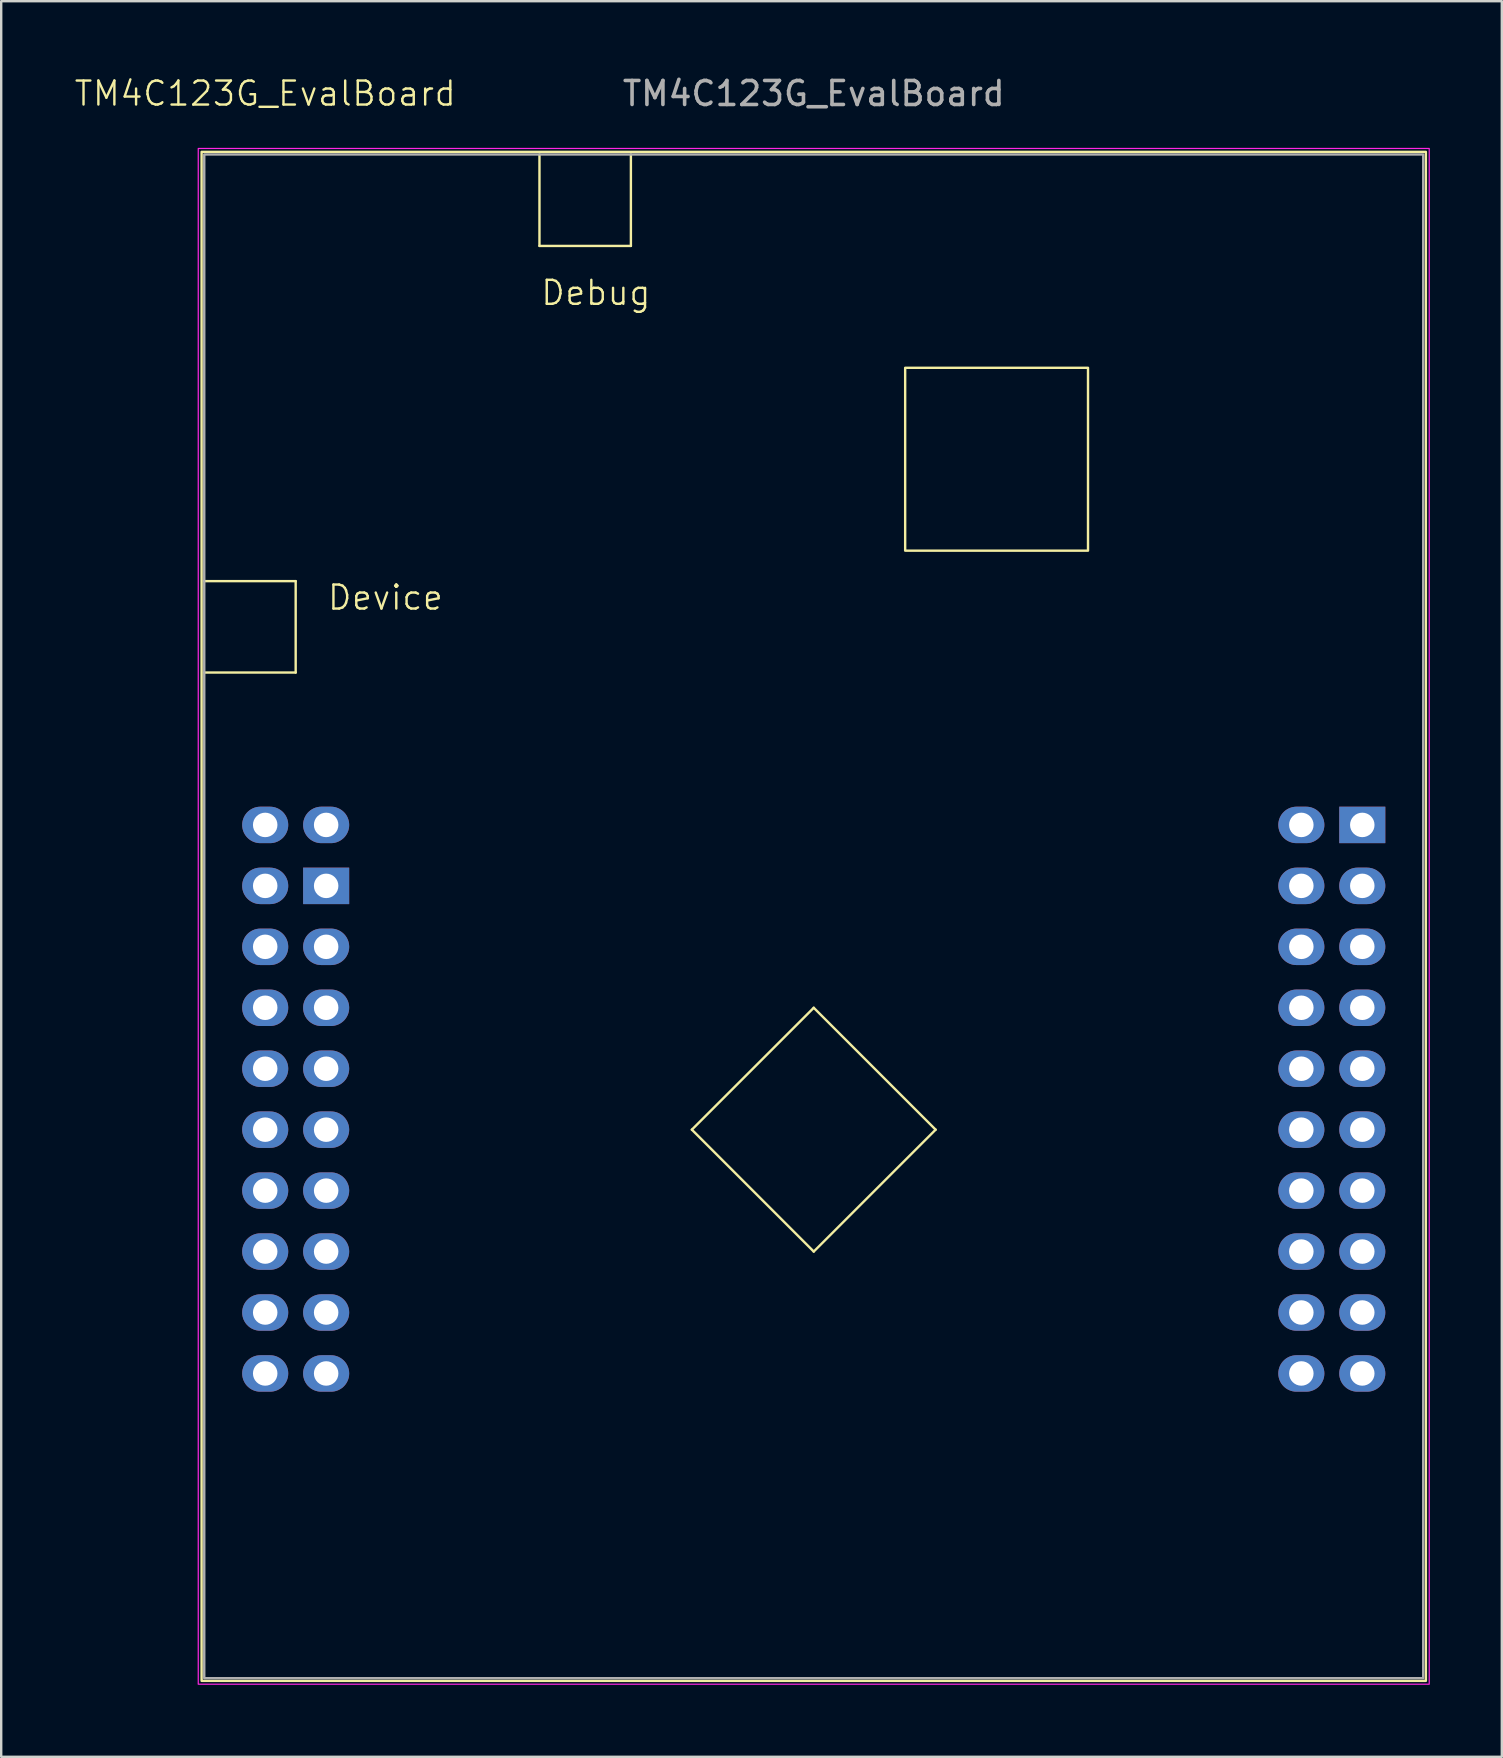
<source format=kicad_pcb>
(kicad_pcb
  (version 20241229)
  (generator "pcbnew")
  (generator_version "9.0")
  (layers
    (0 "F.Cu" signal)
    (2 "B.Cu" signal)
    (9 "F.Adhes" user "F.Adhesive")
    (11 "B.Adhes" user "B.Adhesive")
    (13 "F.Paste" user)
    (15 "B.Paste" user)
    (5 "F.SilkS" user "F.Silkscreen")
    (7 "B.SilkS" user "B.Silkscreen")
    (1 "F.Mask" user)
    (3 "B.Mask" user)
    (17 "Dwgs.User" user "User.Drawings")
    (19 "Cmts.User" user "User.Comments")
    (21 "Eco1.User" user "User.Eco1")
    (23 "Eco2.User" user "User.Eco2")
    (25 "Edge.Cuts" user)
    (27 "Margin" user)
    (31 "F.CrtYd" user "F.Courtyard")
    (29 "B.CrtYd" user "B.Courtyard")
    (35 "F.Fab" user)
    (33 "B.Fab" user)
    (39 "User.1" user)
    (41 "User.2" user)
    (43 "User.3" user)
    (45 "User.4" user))
  (footprint "TM4C123G_EvalBoard"
    (layer "F.Cu")
    (at 30.862 44.028)
    (property "Reference" "TM4C123G_EvalBoard" (at -22.86 -43.18 0) (unlocked yes) (layer "F.SilkS") (effects (font (size 1 1) (thickness 0.1))))
    (attr through_hole)
    (fp_line (start -25.4 -22.86) (end -21.59 -22.86) (stroke (width 0.1) (type default)) (layer "F.SilkS"))
    (fp_line (start -21.59 -22.86) (end -21.59 -19.05) (stroke (width 0.1) (type default)) (layer "F.SilkS"))
    (fp_line (start -21.59 -19.05) (end -25.4 -19.05) (stroke (width 0.1) (type default)) (layer "F.SilkS"))
    (fp_line (start -11.43 -40.64) (end -11.43 -36.83) (stroke (width 0.1) (type default)) (layer "F.SilkS"))
    (fp_line (start -11.43 -36.83) (end -7.62 -36.83) (stroke (width 0.1) (type default)) (layer "F.SilkS"))
    (fp_line (start -7.62 -36.83) (end -7.62 -40.64) (stroke (width 0.1) (type default)) (layer "F.SilkS"))
    (fp_line (start -5.08 0) (end 0 5.08) (stroke (width 0.1) (type default)) (layer "F.SilkS"))
    (fp_line (start 0 -5.08) (end -5.08 0) (stroke (width 0.1) (type default)) (layer "F.SilkS"))
    (fp_line (start 0 5.08) (end 5.08 0) (stroke (width 0.1) (type default)) (layer "F.SilkS"))
    (fp_line (start 5.08 0) (end 0 -5.08) (stroke (width 0.1) (type default)) (layer "F.SilkS"))
    (fp_rect (start -25.51 -40.75) (end 25.51 22.97) (stroke (width 0.1) (type default)) (fill no) (layer "F.SilkS"))
    (fp_rect (start 3.81 -31.75) (end 11.43 -24.13) (stroke (width 0.1) (type default)) (fill no) (layer "F.SilkS"))
    (fp_rect (start -25.65 -40.89) (end 25.65 23.11) (stroke (width 0.05) (type default)) (fill no) (layer "F.CrtYd"))
    (fp_rect (start -25.4 -40.64) (end 25.4 22.86) (stroke (width 0.1) (type default)) (fill no) (layer "F.Fab"))
    (fp_text user "Debug" (at -11.43 -34.29 0) (unlocked yes) (layer "F.SilkS") (effects (font (size 1 1) (thickness 0.1)) (justify left bottom)))
    (fp_text user "Device" (at -20.32 -21.59 0) (unlocked yes) (layer "F.SilkS") (effects (font (size 1 1) (thickness 0.1)) (justify left bottom)))
    (fp_text user "${REFERENCE}" (at 0 -43.18 0) (unlocked yes) (layer "F.Fab") (effects (font (size 1 1) (thickness 0.15))))
    (pad "1" thru_hole oval (at -22.86 -12.7) (size 1.92 1.52) (drill 1.02) (layers "*.Cu" "*.Mask"))
    (pad "2" thru_hole oval (at -22.86 -10.16) (size 1.92 1.52) (drill 1.02) (layers "*.Cu" "*.Mask"))
    (pad "3" thru_hole oval (at -22.86 -7.62) (size 1.92 1.52) (drill 1.02) (layers "*.Cu" "*.Mask"))
    (pad "4" thru_hole oval (at -22.86 -5.08) (size 1.92 1.52) (drill 1.02) (layers "*.Cu" "*.Mask"))
    (pad "5" thru_hole oval (at -22.86 -2.54) (size 1.92 1.52) (drill 1.02) (layers "*.Cu" "*.Mask"))
    (pad "6" thru_hole oval (at -22.86 0) (size 1.92 1.52) (drill 1.02) (layers "*.Cu" "*.Mask"))
    (pad "7" thru_hole oval (at -22.86 2.54) (size 1.92 1.52) (drill 1.02) (layers "*.Cu" "*.Mask"))
    (pad "8" thru_hole oval (at -22.86 5.08) (size 1.92 1.52) (drill 1.02) (layers "*.Cu" "*.Mask"))
    (pad "9" thru_hole oval (at -22.86 7.62) (size 1.92 1.52) (drill 1.02) (layers "*.Cu" "*.Mask"))
    (pad "10" thru_hole oval (at -22.86 10.16) (size 1.92 1.52) (drill 1.02) (layers "*.Cu" "*.Mask"))
    (pad "11" thru_hole oval (at -20.32 -12.7) (size 1.92 1.52) (drill 1.02) (layers "*.Cu" "*.Mask"))
    (pad "12" thru_hole rect (at -20.32 -10.16) (size 1.92 1.52) (drill 1.02) (layers "*.Cu" "*.Mask"))
    (pad "13" thru_hole oval (at -20.32 -7.62) (size 1.92 1.52) (drill 1.02) (layers "*.Cu" "*.Mask"))
    (pad "14" thru_hole oval (at -20.32 -5.08) (size 1.92 1.52) (drill 1.02) (layers "*.Cu" "*.Mask"))
    (pad "15" thru_hole oval (at -20.32 -2.54) (size 1.92 1.52) (drill 1.02) (layers "*.Cu" "*.Mask"))
    (pad "16" thru_hole oval (at -20.32 0) (size 1.92 1.52) (drill 1.02) (layers "*.Cu" "*.Mask"))
    (pad "17" thru_hole oval (at -20.32 2.54) (size 1.92 1.52) (drill 1.02) (layers "*.Cu" "*.Mask"))
    (pad "18" thru_hole oval (at -20.32 5.08) (size 1.92 1.52) (drill 1.02) (layers "*.Cu" "*.Mask"))
    (pad "19" thru_hole oval (at -20.32 7.62) (size 1.92 1.52) (drill 1.02) (layers "*.Cu" "*.Mask"))
    (pad "20" thru_hole oval (at -20.32 10.16) (size 1.92 1.52) (drill 1.02) (layers "*.Cu" "*.Mask"))
    (pad "21" thru_hole oval (at 20.32 -12.7) (size 1.92 1.52) (drill 1.02) (layers "*.Cu" "*.Mask"))
    (pad "22" thru_hole oval (at 20.32 -10.16) (size 1.92 1.52) (drill 1.02) (layers "*.Cu" "*.Mask"))
    (pad "23" thru_hole oval (at 20.32 -7.62) (size 1.92 1.52) (drill 1.02) (layers "*.Cu" "*.Mask"))
    (pad "24" thru_hole oval (at 20.32 -5.08) (size 1.92 1.52) (drill 1.02) (layers "*.Cu" "*.Mask"))
    (pad "25" thru_hole oval (at 20.32 -2.54) (size 1.92 1.52) (drill 1.02) (layers "*.Cu" "*.Mask"))
    (pad "26" thru_hole oval (at 20.32 0) (size 1.92 1.52) (drill 1.02) (layers "*.Cu" "*.Mask"))
    (pad "27" thru_hole oval (at 20.32 2.54) (size 1.92 1.52) (drill 1.02) (layers "*.Cu" "*.Mask"))
    (pad "28" thru_hole oval (at 20.32 5.08) (size 1.92 1.52) (drill 1.02) (layers "*.Cu" "*.Mask"))
    (pad "29" thru_hole oval (at 20.32 7.62) (size 1.92 1.52) (drill 1.02) (layers "*.Cu" "*.Mask"))
    (pad "30" thru_hole oval (at 20.32 10.16) (size 1.92 1.52) (drill 1.02) (layers "*.Cu" "*.Mask"))
    (pad "31" thru_hole rect (at 22.86 -12.7) (size 1.92 1.52) (drill 1.02) (layers "*.Cu" "*.Mask"))
    (pad "32" thru_hole oval (at 22.86 -10.16) (size 1.92 1.52) (drill 1.02) (layers "*.Cu" "*.Mask"))
    (pad "33" thru_hole oval (at 22.86 -7.62) (size 1.92 1.52) (drill 1.02) (layers "*.Cu" "*.Mask"))
    (pad "34" thru_hole oval (at 22.86 -5.08) (size 1.92 1.52) (drill 1.02) (layers "*.Cu" "*.Mask"))
    (pad "35" thru_hole oval (at 22.86 -2.54) (size 1.92 1.52) (drill 1.02) (layers "*.Cu" "*.Mask"))
    (pad "36" thru_hole oval (at 22.86 0) (size 1.92 1.52) (drill 1.02) (layers "*.Cu" "*.Mask"))
    (pad "37" thru_hole oval (at 22.86 2.54) (size 1.92 1.52) (drill 1.02) (layers "*.Cu" "*.Mask"))
    (pad "38" thru_hole oval (at 22.86 5.08) (size 1.92 1.52) (drill 1.02) (layers "*.Cu" "*.Mask"))
    (pad "39" thru_hole oval (at 22.86 7.62) (size 1.92 1.52) (drill 1.02) (layers "*.Cu" "*.Mask"))
    (pad "40" thru_hole oval (at 22.86 10.16) (size 1.92 1.52) (drill 1.02) (layers "*.Cu" "*.Mask")))
  (gr_rect
    (start -3 -3)
    (end 59.537 70.163)
    (stroke (width 0.1) (type default))
    (fill no)
    (layer "Edge.Cuts")))
</source>
